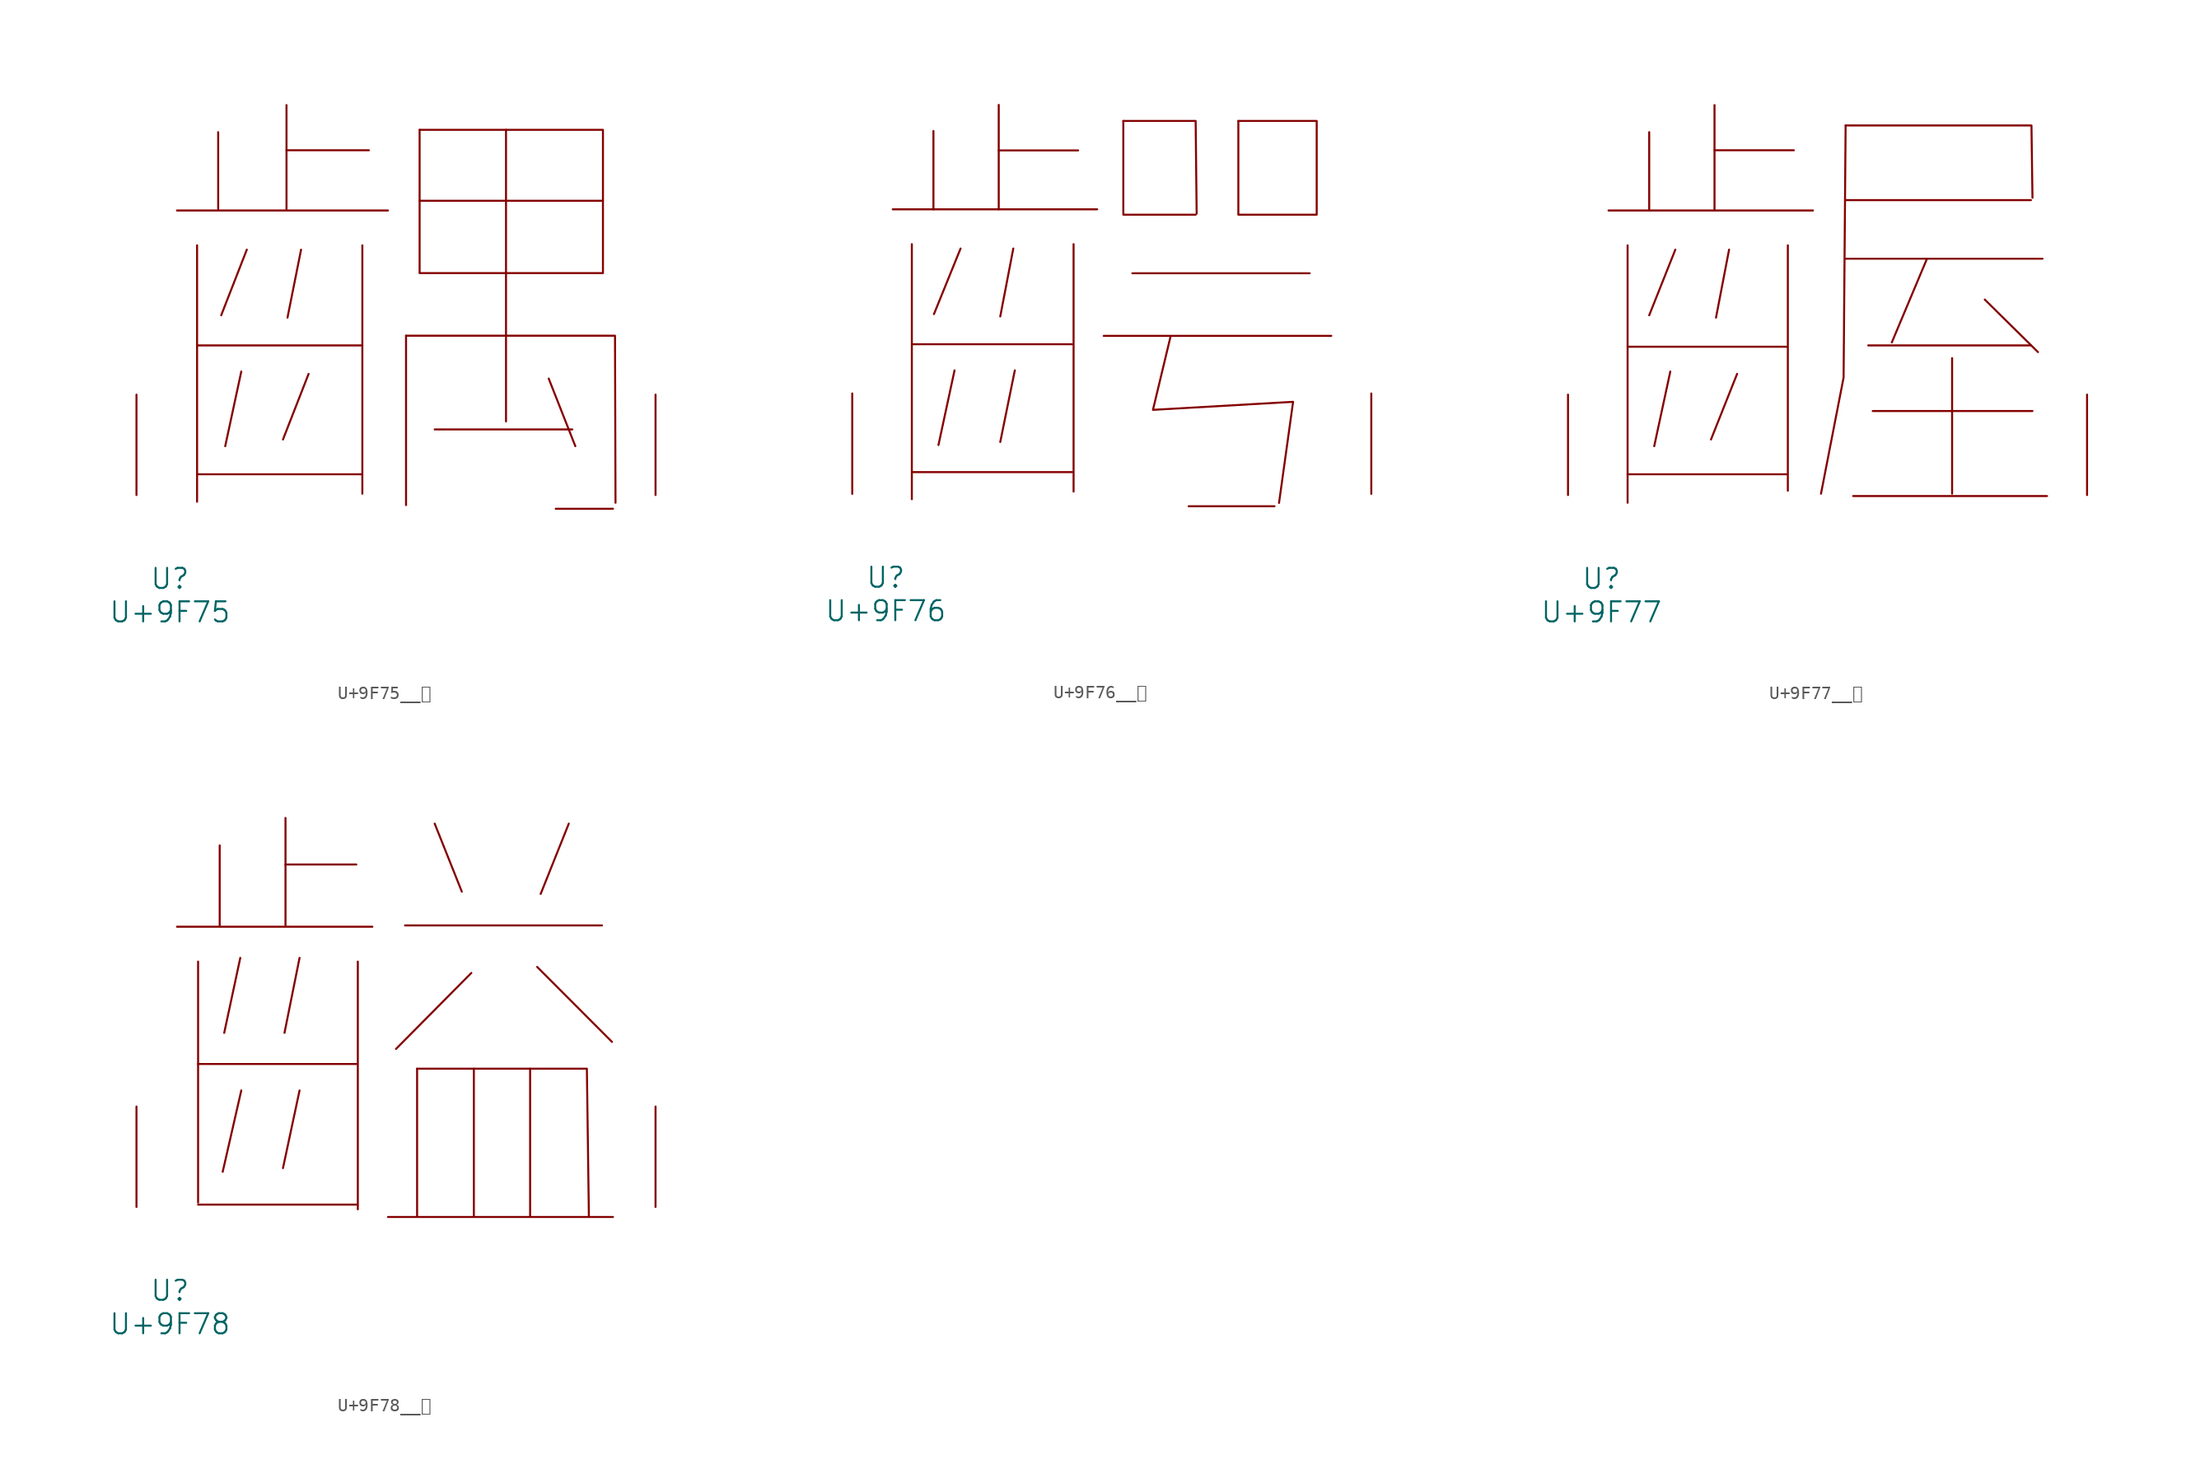
<source format=kicad_sym>
(kicad_symbol_lib
  (version 20231120)
  (generator "kicad_symbol_editor")
  (generator_version "8.0")
  (symbol "U+9F75__齵"
    (pin_names
      (offset 1.016))
    (property "Reference" "U"
      (at 0 -6.35 0)
      (effects (font (size 1.524 1.524))))
    (property "Value" "U+9F75"
      (at 0 -8.89 0)
      (effects (font (size 1.524 1.524))))
    (symbol "U+9F75__齵_0_1"
      (polyline (pts (xy 0.533 21.59) (xy 16.535 21.59)) (stroke (width 0) (type solid)) (fill (type none)))
      (polyline (pts (xy 2.057 1.575) (xy 14.592 1.575)) (stroke (width 0) (type solid)) (fill (type none)))
      (polyline (pts (xy 2.057 11.354) (xy 14.592 11.354)) (stroke (width 0) (type solid)) (fill (type none)))
      (polyline (pts (xy 2.057 18.948) (xy 2.057 -0.508)) (stroke (width 0) (type solid)) (fill (type none)))
      (polyline (pts (xy 3.658 27.534) (xy 3.658 21.692)) (stroke (width 0) (type solid)) (fill (type none)))
      (polyline (pts (xy 5.41 9.373) (xy 4.191 3.708)) (stroke (width 0) (type solid)) (fill (type none)))
      (polyline (pts (xy 5.829 18.618) (xy 3.886 13.64)) (stroke (width 0) (type solid)) (fill (type none)))
      (polyline (pts (xy 8.839 26.162) (xy 15.088 26.162)) (stroke (width 0) (type solid)) (fill (type none)))
      (polyline (pts (xy 8.839 29.591) (xy 8.839 21.692)) (stroke (width 0) (type solid)) (fill (type none)))
      (polyline (pts (xy 9.944 18.618) (xy 8.915 13.462)) (stroke (width 0) (type solid)) (fill (type none)))
      (polyline (pts (xy 10.516 9.195) (xy 8.572 4.216)) (stroke (width 0) (type solid)) (fill (type none)))
      (polyline (pts (xy 14.592 18.948) (xy 14.592 0.102)) (stroke (width 0) (type solid)) (fill (type none)))
      (polyline (pts (xy 17.907 12.09) (xy 17.907 -0.762)) (stroke (width 0) (type solid)) (fill (type none)))
      (polyline (pts (xy 18.936 16.84) (xy 32.842 16.84)) (stroke (width 0) (type solid)) (fill (type none)))
      (polyline (pts (xy 18.936 22.327) (xy 32.842 22.327)) (stroke (width 0) (type solid)) (fill (type none)))
      (polyline (pts (xy 18.936 27.711) (xy 18.936 16.891)) (stroke (width 0) (type solid)) (fill (type none)))
      (polyline (pts (xy 20.079 4.978) (xy 30.518 4.978)) (stroke (width 0) (type solid)) (fill (type none)))
      (polyline (pts (xy 25.489 27.711) (xy 25.489 5.588)) (stroke (width 0) (type solid)) (fill (type none)))
      (polyline (pts (xy 28.727 8.839) (xy 30.747 3.708)) (stroke (width 0) (type solid)) (fill (type none)))
      (polyline (pts (xy 29.261 -1.041) (xy 33.604 -1.041)) (stroke (width 0) (type solid)) (fill (type none)))
      (polyline (pts (xy 17.907 12.09) (xy 33.757 12.09) (xy 33.795 -0.584)) (stroke (width 0) (type solid)) (fill (type none)))
      (polyline (pts (xy 18.936 27.711) (xy 32.842 27.711) (xy 32.842 16.891)) (stroke (width 0) (type solid)) (fill (type none)))
      (pin input line (at -2.54 0 90) (length 7.62) (name "~" (effects (font (size 1.27 1.27)))) (number "~" (effects (font (size 1.27 1.27)))))
      (pin input line (at 36.83 0 90) (length 7.62) (name "~" (effects (font (size 1.27 1.27)))) (number "~" (effects (font (size 1.27 1.27)))))))
  (symbol "U+9F76__齶"
    (pin_names
      (offset 1.016))
    (property "Reference" "U"
      (at 0 -6.35 0)
      (effects (font (size 1.524 1.524))))
    (property "Value" "U+9F76"
      (at 0 -8.89 0)
      (effects (font (size 1.524 1.524))))
    (symbol "U+9F76__齶_0_1"
      (polyline (pts (xy 0.533 21.59) (xy 16.04 21.59)) (stroke (width 0) (type solid)) (fill (type none)))
      (polyline (pts (xy 1.981 1.651) (xy 14.135 1.651)) (stroke (width 0) (type solid)) (fill (type none)))
      (polyline (pts (xy 1.981 11.354) (xy 14.135 11.354)) (stroke (width 0) (type solid)) (fill (type none)))
      (polyline (pts (xy 1.981 18.948) (xy 1.981 -0.406)) (stroke (width 0) (type solid)) (fill (type none)))
      (polyline (pts (xy 3.619 27.534) (xy 3.619 21.59)) (stroke (width 0) (type solid)) (fill (type none)))
      (polyline (pts (xy 5.22 9.373) (xy 4 3.708)) (stroke (width 0) (type solid)) (fill (type none)))
      (polyline (pts (xy 5.677 18.618) (xy 3.658 13.64)) (stroke (width 0) (type solid)) (fill (type none)))
      (polyline (pts (xy 8.572 26.06) (xy 14.592 26.06)) (stroke (width 0) (type solid)) (fill (type none)))
      (polyline (pts (xy 8.572 29.515) (xy 8.572 21.59)) (stroke (width 0) (type solid)) (fill (type none)))
      (polyline (pts (xy 9.677 18.618) (xy 8.687 13.462)) (stroke (width 0) (type solid)) (fill (type none)))
      (polyline (pts (xy 9.792 9.373) (xy 8.687 3.937)) (stroke (width 0) (type solid)) (fill (type none)))
      (polyline (pts (xy 14.249 18.948) (xy 14.249 0.178)) (stroke (width 0) (type solid)) (fill (type none)))
      (polyline (pts (xy 16.535 11.989) (xy 33.795 11.989)) (stroke (width 0) (type solid)) (fill (type none)))
      (polyline (pts (xy 18.021 21.184) (xy 23.508 21.184)) (stroke (width 0) (type solid)) (fill (type none)))
      (polyline (pts (xy 18.021 28.296) (xy 18.021 21.26)) (stroke (width 0) (type solid)) (fill (type none)))
      (polyline (pts (xy 18.707 16.739) (xy 32.156 16.739)) (stroke (width 0) (type solid)) (fill (type none)))
      (polyline (pts (xy 22.974 -0.94) (xy 29.489 -0.94)) (stroke (width 0) (type solid)) (fill (type none)))
      (polyline (pts (xy 26.746 21.184) (xy 32.69 21.184)) (stroke (width 0) (type solid)) (fill (type none)))
      (polyline (pts (xy 26.746 28.296) (xy 26.746 21.26)) (stroke (width 0) (type solid)) (fill (type none)))
      (polyline (pts (xy 18.021 28.296) (xy 23.508 28.296) (xy 23.584 21.26)) (stroke (width 0) (type solid)) (fill (type none)))
      (polyline (pts (xy 26.746 28.296) (xy 32.69 28.296) (xy 32.69 21.26)) (stroke (width 0) (type solid)) (fill (type none)))
      (polyline (pts (xy 21.603 11.938) (xy 20.269 6.375) (xy 30.899 6.985) (xy 29.832 -0.686)) (stroke (width 0) (type solid)) (fill (type none)))
      (pin input line (at -2.54 0 90) (length 7.62) (name "~" (effects (font (size 1.27 1.27)))) (number "~" (effects (font (size 1.27 1.27)))))
      (pin input line (at 36.83 0 90) (length 7.62) (name "~" (effects (font (size 1.27 1.27)))) (number "~" (effects (font (size 1.27 1.27)))))))
  (symbol "U+9F77__齷"
    (pin_names
      (offset 1.016))
    (property "Reference" "U"
      (at 0 -6.35 0)
      (effects (font (size 1.524 1.524))))
    (property "Value" "U+9F77"
      (at 0 -8.89 0)
      (effects (font (size 1.524 1.524))))
    (symbol "U+9F77__齷_0_1"
      (polyline (pts (xy 0.533 21.59) (xy 16.04 21.59)) (stroke (width 0) (type solid)) (fill (type none)))
      (polyline (pts (xy 1.981 1.575) (xy 14.059 1.575)) (stroke (width 0) (type solid)) (fill (type none)))
      (polyline (pts (xy 1.981 11.252) (xy 14.059 11.252)) (stroke (width 0) (type solid)) (fill (type none)))
      (polyline (pts (xy 1.981 18.948) (xy 1.981 -0.584)) (stroke (width 0) (type solid)) (fill (type none)))
      (polyline (pts (xy 3.619 27.534) (xy 3.619 21.59)) (stroke (width 0) (type solid)) (fill (type none)))
      (polyline (pts (xy 5.22 9.373) (xy 4 3.708)) (stroke (width 0) (type solid)) (fill (type none)))
      (polyline (pts (xy 5.601 18.618) (xy 3.619 13.64)) (stroke (width 0) (type solid)) (fill (type none)))
      (polyline (pts (xy 8.572 26.162) (xy 14.592 26.162)) (stroke (width 0) (type solid)) (fill (type none)))
      (polyline (pts (xy 8.572 29.591) (xy 8.572 21.59)) (stroke (width 0) (type solid)) (fill (type none)))
      (polyline (pts (xy 9.677 18.618) (xy 8.687 13.462)) (stroke (width 0) (type solid)) (fill (type none)))
      (polyline (pts (xy 10.287 9.195) (xy 8.306 4.216)) (stroke (width 0) (type solid)) (fill (type none)))
      (polyline (pts (xy 14.135 18.948) (xy 14.135 0.33)) (stroke (width 0) (type solid)) (fill (type none)))
      (polyline (pts (xy 18.517 17.932) (xy 33.452 17.932)) (stroke (width 0) (type solid)) (fill (type none)))
      (polyline (pts (xy 18.517 22.377) (xy 32.575 22.377)) (stroke (width 0) (type solid)) (fill (type none)))
      (polyline (pts (xy 19.088 -0.076) (xy 33.795 -0.076)) (stroke (width 0) (type solid)) (fill (type none)))
      (polyline (pts (xy 20.231 11.354) (xy 32.575 11.354)) (stroke (width 0) (type solid)) (fill (type none)))
      (polyline (pts (xy 20.574 6.375) (xy 32.69 6.375)) (stroke (width 0) (type solid)) (fill (type none)))
      (polyline (pts (xy 24.689 17.932) (xy 22.022 11.582)) (stroke (width 0) (type solid)) (fill (type none)))
      (polyline (pts (xy 26.594 10.389) (xy 26.594 0.102)) (stroke (width 0) (type solid)) (fill (type none)))
      (polyline (pts (xy 29.07 14.834) (xy 33.109 10.846)) (stroke (width 0) (type solid)) (fill (type none)))
      (polyline (pts (xy 18.517 28.042) (xy 18.364 8.915) (xy 16.65 0.102)) (stroke (width 0) (type solid)) (fill (type none)))
      (polyline (pts (xy 18.517 28.042) (xy 32.614 28.042) (xy 32.69 22.555)) (stroke (width 0) (type solid)) (fill (type none)))
      (pin input line (at -2.54 0 90) (length 7.62) (name "~" (effects (font (size 1.27 1.27)))) (number "~" (effects (font (size 1.27 1.27)))))
      (pin input line (at 36.83 0 90) (length 7.62) (name "~" (effects (font (size 1.27 1.27)))) (number "~" (effects (font (size 1.27 1.27)))))))
  (symbol "U+9F78__齸"
    (pin_names
      (offset 1.016))
    (property "Reference" "U"
      (at 0 -6.35 0)
      (effects (font (size 1.524 1.524))))
    (property "Value" "U+9F78"
      (at 0 -8.89 0)
      (effects (font (size 1.524 1.524))))
    (symbol "U+9F78__齸_0_1"
      (polyline (pts (xy 0.533 21.26) (xy 15.354 21.26)) (stroke (width 0) (type solid)) (fill (type none)))
      (polyline (pts (xy 2.134 0.178) (xy 14.135 0.178)) (stroke (width 0) (type solid)) (fill (type none)))
      (polyline (pts (xy 2.134 10.846) (xy 14.135 10.846)) (stroke (width 0) (type solid)) (fill (type none)))
      (polyline (pts (xy 2.134 18.618) (xy 2.134 0.33)) (stroke (width 0) (type solid)) (fill (type none)))
      (polyline (pts (xy 3.772 27.432) (xy 3.772 21.361)) (stroke (width 0) (type solid)) (fill (type none)))
      (polyline (pts (xy 5.334 18.898) (xy 4.115 13.208)) (stroke (width 0) (type solid)) (fill (type none)))
      (polyline (pts (xy 5.41 8.839) (xy 4 2.667)) (stroke (width 0) (type solid)) (fill (type none)))
      (polyline (pts (xy 8.763 25.984) (xy 14.135 25.984)) (stroke (width 0) (type solid)) (fill (type none)))
      (polyline (pts (xy 8.763 29.515) (xy 8.763 21.361)) (stroke (width 0) (type solid)) (fill (type none)))
      (polyline (pts (xy 9.83 8.839) (xy 8.572 2.946)) (stroke (width 0) (type solid)) (fill (type none)))
      (polyline (pts (xy 9.83 18.898) (xy 8.687 13.208)) (stroke (width 0) (type solid)) (fill (type none)))
      (polyline (pts (xy 14.249 18.618) (xy 14.249 -0.178)) (stroke (width 0) (type solid)) (fill (type none)))
      (polyline (pts (xy 16.535 -0.762) (xy 33.604 -0.762)) (stroke (width 0) (type solid)) (fill (type none)))
      (polyline (pts (xy 17.831 21.361) (xy 32.766 21.361)) (stroke (width 0) (type solid)) (fill (type none)))
      (polyline (pts (xy 18.745 10.49) (xy 18.745 -0.686)) (stroke (width 0) (type solid)) (fill (type none)))
      (polyline (pts (xy 20.079 29.083) (xy 22.136 23.927)) (stroke (width 0) (type solid)) (fill (type none)))
      (polyline (pts (xy 22.86 17.755) (xy 17.145 11.989)) (stroke (width 0) (type solid)) (fill (type none)))
      (polyline (pts (xy 23.05 10.49) (xy 23.05 -0.686)) (stroke (width 0) (type solid)) (fill (type none)))
      (polyline (pts (xy 27.318 10.49) (xy 27.318 -0.686)) (stroke (width 0) (type solid)) (fill (type none)))
      (polyline (pts (xy 27.851 18.212) (xy 33.528 12.522)) (stroke (width 0) (type solid)) (fill (type none)))
      (polyline (pts (xy 30.251 29.083) (xy 28.118 23.749)) (stroke (width 0) (type solid)) (fill (type none)))
      (polyline (pts (xy 18.745 10.49) (xy 31.623 10.49) (xy 31.775 -0.686)) (stroke (width 0) (type solid)) (fill (type none)))
      (pin input line (at -2.54 0 90) (length 7.62) (name "~" (effects (font (size 1.27 1.27)))) (number "~" (effects (font (size 1.27 1.27)))))
      (pin input line (at 36.83 0 90) (length 7.62) (name "~" (effects (font (size 1.27 1.27)))) (number "~" (effects (font (size 1.27 1.27))))))))
</source>
